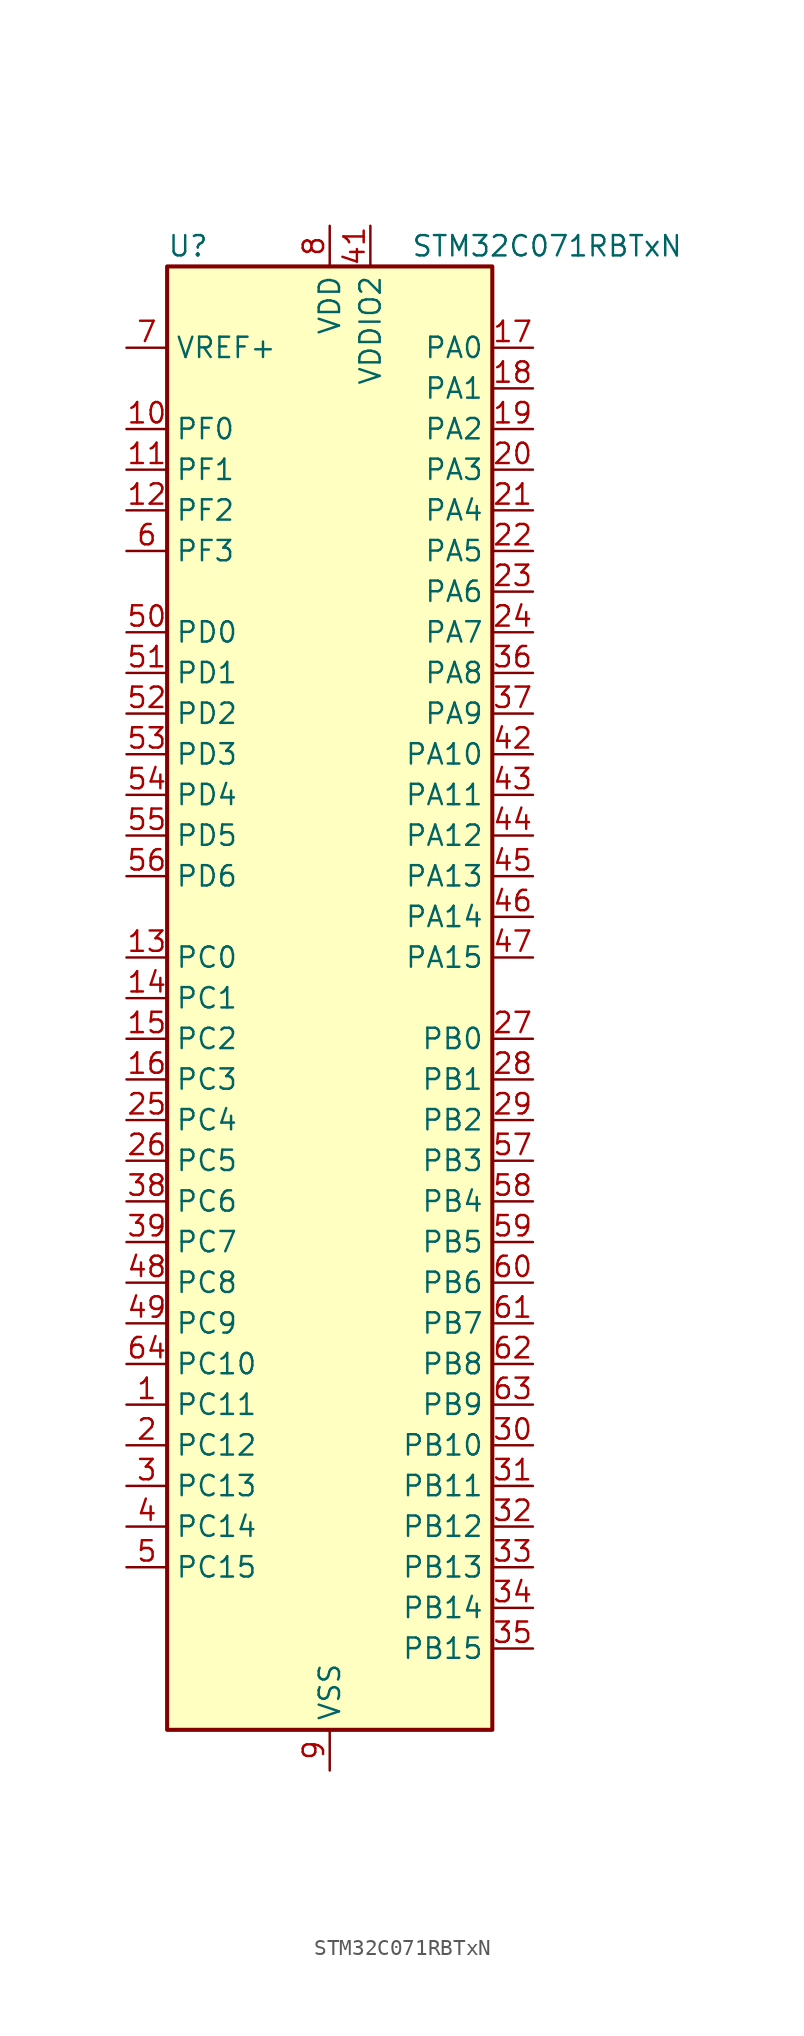
<source format=kicad_sym>
(kicad_symbol_lib
  (version 20241209)
  (generator "kicad_symbol_editor")
  (generator_version "9.0")
  (symbol "STM32C071RBTxN"
    (property "Reference" "U"
      (at -10.16 46.99 0)
      (effects (font (size 1.27 1.27)) (justify left)))
    (property "Value" "STM32C071RBTxN"
      (at 5.08 46.99 0)
      (effects (font (size 1.27 1.27)) (justify left)))
    (symbol "STM32C071RBTxN_0_1"
      (rectangle (start -10.16 -45.72) (end 10.16 45.72) (stroke (width 0.254) (type default)) (fill (type background))))
    (symbol "STM32C071RBTxN_1_1"
      (pin input line (at -12.7 40.64 0) (length 2.54) (name "VREF+" (effects (font (size 1.27 1.27)))) (number "7" (effects (font (size 1.27 1.27)))))
      (pin bidirectional line (at -12.7 35.56 0) (length 2.54) (name "PF0" (effects (font (size 1.27 1.27)))) (number "10" (effects (font (size 1.27 1.27)))) (alternate "CRS_SYNC" bidirectional line) (alternate "RCC_OSC_IN" bidirectional line) (alternate "TIM14_CH1" bidirectional line))
      (pin bidirectional line (at -12.7 33.02 0) (length 2.54) (name "PF1" (effects (font (size 1.27 1.27)))) (number "11" (effects (font (size 1.27 1.27)))) (alternate "RCC_OSC_EN" bidirectional line) (alternate "RCC_OSC_OUT" bidirectional line))
      (pin bidirectional line (at -12.7 30.48 0) (length 2.54) (name "PF2" (effects (font (size 1.27 1.27)))) (number "12" (effects (font (size 1.27 1.27)))) (alternate "RCC_MCO" bidirectional line) (alternate "TIM1_CH4" bidirectional line))
      (pin bidirectional line (at -12.7 27.94 0) (length 2.54) (name "PF3" (effects (font (size 1.27 1.27)))) (number "6" (effects (font (size 1.27 1.27)))))
      (pin bidirectional line (at -12.7 22.86 0) (length 2.54) (name "PD0" (effects (font (size 1.27 1.27)))) (number "50" (effects (font (size 1.27 1.27)))) (alternate "SPI2_NSS" bidirectional line) (alternate "TIM16_CH1" bidirectional line))
      (pin bidirectional line (at -12.7 20.32 0) (length 2.54) (name "PD1" (effects (font (size 1.27 1.27)))) (number "51" (effects (font (size 1.27 1.27)))) (alternate "SPI2_SCK" bidirectional line) (alternate "TIM17_CH1" bidirectional line))
      (pin bidirectional line (at -12.7 17.78 0) (length 2.54) (name "PD2" (effects (font (size 1.27 1.27)))) (number "52" (effects (font (size 1.27 1.27)))) (alternate "TIM1_CH1N" bidirectional line) (alternate "TIM3_ETR" bidirectional line))
      (pin bidirectional line (at -12.7 15.24 0) (length 2.54) (name "PD3" (effects (font (size 1.27 1.27)))) (number "53" (effects (font (size 1.27 1.27)))) (alternate "SPI2_MISO" bidirectional line) (alternate "TIM1_CH2N" bidirectional line) (alternate "USART2_CTS" bidirectional line) (alternate "USART2_NSS" bidirectional line))
      (pin bidirectional line (at -12.7 12.7 0) (length 2.54) (name "PD4" (effects (font (size 1.27 1.27)))) (number "54" (effects (font (size 1.27 1.27)))) (alternate "SPI2_MOSI" bidirectional line) (alternate "TIM1_CH3N" bidirectional line) (alternate "USART2_CK" bidirectional line) (alternate "USART2_DE" bidirectional line) (alternate "USART2_RTS" bidirectional line))
      (pin bidirectional line (at -12.7 10.16 0) (length 2.54) (name "PD5" (effects (font (size 1.27 1.27)))) (number "55" (effects (font (size 1.27 1.27)))) (alternate "I2S1_MCK" bidirectional line) (alternate "SPI1_MISO" bidirectional line) (alternate "TIM1_BKIN" bidirectional line) (alternate "USART2_TX" bidirectional line))
      (pin bidirectional line (at -12.7 7.62 0) (length 2.54) (name "PD6" (effects (font (size 1.27 1.27)))) (number "56" (effects (font (size 1.27 1.27)))) (alternate "I2S1_SD" bidirectional line) (alternate "SPI1_MOSI" bidirectional line) (alternate "USART2_RX" bidirectional line))
      (pin bidirectional line (at -12.7 2.54 0) (length 2.54) (name "PC0" (effects (font (size 1.27 1.27)))) (number "13" (effects (font (size 1.27 1.27)))))
      (pin bidirectional line (at -12.7 0 0) (length 2.54) (name "PC1" (effects (font (size 1.27 1.27)))) (number "14" (effects (font (size 1.27 1.27)))))
      (pin bidirectional line (at -12.7 -2.54 0) (length 2.54) (name "PC2" (effects (font (size 1.27 1.27)))) (number "15" (effects (font (size 1.27 1.27)))) (alternate "SPI2_MISO" bidirectional line))
      (pin bidirectional line (at -12.7 -5.08 0) (length 2.54) (name "PC3" (effects (font (size 1.27 1.27)))) (number "16" (effects (font (size 1.27 1.27)))) (alternate "SPI2_MOSI" bidirectional line))
      (pin bidirectional line (at -12.7 -7.62 0) (length 2.54) (name "PC4" (effects (font (size 1.27 1.27)))) (number "25" (effects (font (size 1.27 1.27)))) (alternate "ADC1_IN11" bidirectional line) (alternate "TIM2_CH1" bidirectional line) (alternate "TIM2_ETR" bidirectional line) (alternate "USART1_TX" bidirectional line))
      (pin bidirectional line (at -12.7 -10.16 0) (length 2.54) (name "PC5" (effects (font (size 1.27 1.27)))) (number "26" (effects (font (size 1.27 1.27)))) (alternate "ADC1_IN12" bidirectional line) (alternate "PWR_WKUP5" bidirectional line) (alternate "TIM2_CH2" bidirectional line) (alternate "USART1_RX" bidirectional line))
      (pin bidirectional line (at -12.7 -12.7 0) (length 2.54) (name "PC6" (effects (font (size 1.27 1.27)))) (number "38" (effects (font (size 1.27 1.27)))) (alternate "TIM2_CH3" bidirectional line) (alternate "TIM3_CH1" bidirectional line))
      (pin bidirectional line (at -12.7 -15.24 0) (length 2.54) (name "PC7" (effects (font (size 1.27 1.27)))) (number "39" (effects (font (size 1.27 1.27)))) (alternate "TIM2_CH4" bidirectional line) (alternate "TIM3_CH2" bidirectional line))
      (pin bidirectional line (at -12.7 -17.78 0) (length 2.54) (name "PC8" (effects (font (size 1.27 1.27)))) (number "48" (effects (font (size 1.27 1.27)))) (alternate "TIM1_CH1" bidirectional line) (alternate "TIM3_CH3" bidirectional line))
      (pin bidirectional line (at -12.7 -20.32 0) (length 2.54) (name "PC9" (effects (font (size 1.27 1.27)))) (number "49" (effects (font (size 1.27 1.27)))) (alternate "I2S_CKIN" bidirectional line) (alternate "TIM1_CH2" bidirectional line) (alternate "TIM3_CH4" bidirectional line) (alternate "USB_NOE" bidirectional line))
      (pin bidirectional line (at -12.7 -22.86 0) (length 2.54) (name "PC10" (effects (font (size 1.27 1.27)))) (number "64" (effects (font (size 1.27 1.27)))) (alternate "TIM1_CH3" bidirectional line))
      (pin bidirectional line (at -12.7 -25.4 0) (length 2.54) (name "PC11" (effects (font (size 1.27 1.27)))) (number "1" (effects (font (size 1.27 1.27)))) (alternate "ADC1_EXTI11" bidirectional line) (alternate "TIM1_CH4" bidirectional line))
      (pin bidirectional line (at -12.7 -27.94 0) (length 2.54) (name "PC12" (effects (font (size 1.27 1.27)))) (number "2" (effects (font (size 1.27 1.27)))) (alternate "TIM14_CH1" bidirectional line))
      (pin bidirectional line (at -12.7 -30.48 0) (length 2.54) (name "PC13" (effects (font (size 1.27 1.27)))) (number "3" (effects (font (size 1.27 1.27)))) (alternate "PWR_WKUP2" bidirectional line) (alternate "RTC_OUT1" bidirectional line) (alternate "RTC_TS" bidirectional line) (alternate "TIM1_BKIN" bidirectional line) (alternate "TIM1_ETR" bidirectional line))
      (pin bidirectional line (at -12.7 -33.02 0) (length 2.54) (name "PC14" (effects (font (size 1.27 1.27)))) (number "4" (effects (font (size 1.27 1.27)))) (alternate "I2C1_SDA" bidirectional line) (alternate "IR_OUT" bidirectional line) (alternate "RCC_OSCX_IN" bidirectional line) (alternate "SPI2_NSS" bidirectional line) (alternate "TIM17_CH1" bidirectional line) (alternate "TIM1_BKIN2" bidirectional line) (alternate "TIM1_ETR" bidirectional line) (alternate "TIM3_CH2" bidirectional line) (alternate "USART1_TX" bidirectional line) (alternate "USART2_CK" bidirectional line) (alternate "USART2_DE" bidirectional line) (alternate "USART2_RTS" bidirectional line))
      (pin bidirectional line (at -12.7 -35.56 0) (length 2.54) (name "PC15" (effects (font (size 1.27 1.27)))) (number "5" (effects (font (size 1.27 1.27)))) (alternate "RCC_OSC32_EN" bidirectional line) (alternate "RCC_OSCX_OUT" bidirectional line) (alternate "RCC_OSC_EN" bidirectional line) (alternate "TIM1_ETR" bidirectional line) (alternate "TIM3_CH3" bidirectional line))
      (pin power_in line (at 0 48.26 270) (length 2.54) (name "VDD" (effects (font (size 1.27 1.27)))) (number "8" (effects (font (size 1.27 1.27)))))
      (pin passive line (at 0 -48.26 90) (length 2.54) (hide yes) (name "VSS" (effects (font (size 1.27 1.27)))) (number "40" (effects (font (size 1.27 1.27)))))
      (pin power_in line (at 0 -48.26 90) (length 2.54) (name "VSS" (effects (font (size 1.27 1.27)))) (number "9" (effects (font (size 1.27 1.27)))))
      (pin power_in line (at 2.54 48.26 270) (length 2.54) (name "VDDIO2" (effects (font (size 1.27 1.27)))) (number "41" (effects (font (size 1.27 1.27)))))
      (pin bidirectional line (at 12.7 40.64 180) (length 2.54) (name "PA0" (effects (font (size 1.27 1.27)))) (number "17" (effects (font (size 1.27 1.27)))) (alternate "ADC1_IN0" bidirectional line) (alternate "PWR_WKUP1" bidirectional line) (alternate "SPI2_SCK" bidirectional line) (alternate "TIM16_CH1" bidirectional line) (alternate "TIM1_CH1" bidirectional line) (alternate "TIM2_CH1" bidirectional line) (alternate "TIM2_ETR" bidirectional line) (alternate "USART1_TX" bidirectional line) (alternate "USART2_CTS" bidirectional line) (alternate "USART2_NSS" bidirectional line))
      (pin bidirectional line (at 12.7 38.1 180) (length 2.54) (name "PA1" (effects (font (size 1.27 1.27)))) (number "18" (effects (font (size 1.27 1.27)))) (alternate "ADC1_IN1" bidirectional line) (alternate "I2C1_SMBA" bidirectional line) (alternate "I2S1_CK" bidirectional line) (alternate "SPI1_SCK" bidirectional line) (alternate "TIM17_CH1" bidirectional line) (alternate "TIM1_CH2" bidirectional line) (alternate "TIM2_CH2" bidirectional line) (alternate "USART1_RX" bidirectional line) (alternate "USART2_CK" bidirectional line) (alternate "USART2_DE" bidirectional line) (alternate "USART2_RTS" bidirectional line))
      (pin bidirectional line (at 12.7 35.56 180) (length 2.54) (name "PA2" (effects (font (size 1.27 1.27)))) (number "19" (effects (font (size 1.27 1.27)))) (alternate "ADC1_IN2" bidirectional line) (alternate "I2S1_SD" bidirectional line) (alternate "PWR_WKUP4" bidirectional line) (alternate "RCC_LSCO" bidirectional line) (alternate "SPI1_MOSI" bidirectional line) (alternate "TIM16_CH1N" bidirectional line) (alternate "TIM1_CH3" bidirectional line) (alternate "TIM2_CH3" bidirectional line) (alternate "TIM3_ETR" bidirectional line) (alternate "USART2_TX" bidirectional line))
      (pin bidirectional line (at 12.7 33.02 180) (length 2.54) (name "PA3" (effects (font (size 1.27 1.27)))) (number "20" (effects (font (size 1.27 1.27)))) (alternate "ADC1_IN3" bidirectional line) (alternate "SPI2_MISO" bidirectional line) (alternate "TIM1_CH1N" bidirectional line) (alternate "TIM1_CH4" bidirectional line) (alternate "TIM2_CH4" bidirectional line) (alternate "USART2_RX" bidirectional line))
      (pin bidirectional line (at 12.7 30.48 180) (length 2.54) (name "PA4" (effects (font (size 1.27 1.27)))) (number "21" (effects (font (size 1.27 1.27)))) (alternate "ADC1_IN4" bidirectional line) (alternate "I2S1_WS" bidirectional line) (alternate "RTC_OUT2" bidirectional line) (alternate "SPI1_NSS" bidirectional line) (alternate "SPI2_MOSI" bidirectional line) (alternate "TIM14_CH1" bidirectional line) (alternate "TIM17_CH1N" bidirectional line) (alternate "TIM1_CH2N" bidirectional line) (alternate "USART2_TX" bidirectional line) (alternate "USB_NOE" bidirectional line))
      (pin bidirectional line (at 12.7 27.94 180) (length 2.54) (name "PA5" (effects (font (size 1.27 1.27)))) (number "22" (effects (font (size 1.27 1.27)))) (alternate "ADC1_IN5" bidirectional line) (alternate "I2S1_CK" bidirectional line) (alternate "SPI1_SCK" bidirectional line) (alternate "TIM1_CH1" bidirectional line) (alternate "TIM1_CH3N" bidirectional line) (alternate "TIM2_CH1" bidirectional line) (alternate "TIM2_ETR" bidirectional line) (alternate "USART2_RX" bidirectional line))
      (pin bidirectional line (at 12.7 25.4 180) (length 2.54) (name "PA6" (effects (font (size 1.27 1.27)))) (number "23" (effects (font (size 1.27 1.27)))) (alternate "ADC1_IN6" bidirectional line) (alternate "I2C2_SDA" bidirectional line) (alternate "I2S1_MCK" bidirectional line) (alternate "SPI1_MISO" bidirectional line) (alternate "TIM16_CH1" bidirectional line) (alternate "TIM1_BKIN" bidirectional line) (alternate "TIM3_CH1" bidirectional line))
      (pin bidirectional line (at 12.7 22.86 180) (length 2.54) (name "PA7" (effects (font (size 1.27 1.27)))) (number "24" (effects (font (size 1.27 1.27)))) (alternate "ADC1_IN7" bidirectional line) (alternate "I2C2_SCL" bidirectional line) (alternate "I2S1_SD" bidirectional line) (alternate "SPI1_MOSI" bidirectional line) (alternate "TIM14_CH1" bidirectional line) (alternate "TIM17_CH1" bidirectional line) (alternate "TIM1_CH1N" bidirectional line) (alternate "TIM3_CH2" bidirectional line))
      (pin bidirectional line (at 12.7 20.32 180) (length 2.54) (name "PA8" (effects (font (size 1.27 1.27)))) (number "36" (effects (font (size 1.27 1.27)))) (alternate "ADC1_IN8" bidirectional line) (alternate "CRS_SYNC" bidirectional line) (alternate "I2S1_WS" bidirectional line) (alternate "RCC_MCO" bidirectional line) (alternate "RCC_MCO2" bidirectional line) (alternate "SPI1_NSS" bidirectional line) (alternate "SPI2_MISO" bidirectional line) (alternate "SPI2_NSS" bidirectional line) (alternate "TIM14_CH1" bidirectional line) (alternate "TIM1_CH1" bidirectional line) (alternate "TIM1_CH2N" bidirectional line) (alternate "TIM1_CH3N" bidirectional line) (alternate "TIM3_CH3" bidirectional line) (alternate "TIM3_CH4" bidirectional line) (alternate "USART1_RX" bidirectional line) (alternate "USART2_TX" bidirectional line))
      (pin bidirectional line (at 12.7 17.78 180) (length 2.54) (name "PA9" (effects (font (size 1.27 1.27)))) (number "37" (effects (font (size 1.27 1.27)))) (alternate "I2C1_SCL" bidirectional line) (alternate "I2C2_SCL" bidirectional line) (alternate "RCC_MCO" bidirectional line) (alternate "SPI2_MISO" bidirectional line) (alternate "TIM1_CH2" bidirectional line) (alternate "TIM3_ETR" bidirectional line) (alternate "USART1_TX" bidirectional line))
      (pin bidirectional line (at 12.7 15.24 180) (length 2.54) (name "PA10" (effects (font (size 1.27 1.27)))) (number "42" (effects (font (size 1.27 1.27)))) (alternate "I2C1_SDA" bidirectional line) (alternate "I2C2_SDA" bidirectional line) (alternate "RCC_MCO2" bidirectional line) (alternate "SPI2_MOSI" bidirectional line) (alternate "TIM17_BKIN" bidirectional line) (alternate "TIM1_CH3" bidirectional line) (alternate "USART1_RX" bidirectional line))
      (pin bidirectional line (at 12.7 12.7 180) (length 2.54) (name "PA11" (effects (font (size 1.27 1.27)))) (number "43" (effects (font (size 1.27 1.27)))) (alternate "ADC1_EXTI11" bidirectional line) (alternate "I2C2_SCL" bidirectional line) (alternate "I2S1_MCK" bidirectional line) (alternate "SPI1_MISO" bidirectional line) (alternate "TIM1_BKIN2" bidirectional line) (alternate "TIM1_CH4" bidirectional line) (alternate "USART1_CTS" bidirectional line) (alternate "USART1_NSS" bidirectional line) (alternate "USB_DM" bidirectional line))
      (pin bidirectional line (at 12.7 10.16 180) (length 2.54) (name "PA12" (effects (font (size 1.27 1.27)))) (number "44" (effects (font (size 1.27 1.27)))) (alternate "I2C2_SDA" bidirectional line) (alternate "I2S1_SD" bidirectional line) (alternate "I2S_CKIN" bidirectional line) (alternate "SPI1_MOSI" bidirectional line) (alternate "TIM1_ETR" bidirectional line) (alternate "USART1_CK" bidirectional line) (alternate "USART1_DE" bidirectional line) (alternate "USART1_RTS" bidirectional line) (alternate "USB_DP" bidirectional line))
      (pin bidirectional line (at 12.7 7.62 180) (length 2.54) (name "PA13" (effects (font (size 1.27 1.27)))) (number "45" (effects (font (size 1.27 1.27)))) (alternate "ADC1_IN13" bidirectional line) (alternate "DEBUG_SWDIO" bidirectional line) (alternate "IR_OUT" bidirectional line) (alternate "TIM3_ETR" bidirectional line) (alternate "USART2_RX" bidirectional line) (alternate "USB_NOE" bidirectional line))
      (pin bidirectional line (at 12.7 5.08 180) (length 2.54) (name "PA14" (effects (font (size 1.27 1.27)))) (number "46" (effects (font (size 1.27 1.27)))) (alternate "ADC1_IN14" bidirectional line) (alternate "DEBUG_SWCLK" bidirectional line) (alternate "I2S1_WS" bidirectional line) (alternate "RCC_MCO2" bidirectional line) (alternate "SPI1_NSS" bidirectional line) (alternate "TIM1_CH1" bidirectional line) (alternate "USART1_CK" bidirectional line) (alternate "USART1_DE" bidirectional line) (alternate "USART1_RTS" bidirectional line) (alternate "USART2_RX" bidirectional line) (alternate "USART2_TX" bidirectional line))
      (pin bidirectional line (at 12.7 2.54 180) (length 2.54) (name "PA15" (effects (font (size 1.27 1.27)))) (number "47" (effects (font (size 1.27 1.27)))) (alternate "I2S1_WS" bidirectional line) (alternate "RCC_MCO2" bidirectional line) (alternate "SPI1_NSS" bidirectional line) (alternate "TIM1_CH1" bidirectional line) (alternate "TIM2_CH1" bidirectional line) (alternate "TIM2_ETR" bidirectional line) (alternate "USART1_CK" bidirectional line) (alternate "USART1_DE" bidirectional line) (alternate "USART1_RTS" bidirectional line) (alternate "USART2_RX" bidirectional line) (alternate "USB_NOE" bidirectional line))
      (pin bidirectional line (at 12.7 -2.54 180) (length 2.54) (name "PB0" (effects (font (size 1.27 1.27)))) (number "27" (effects (font (size 1.27 1.27)))) (alternate "ADC1_IN17" bidirectional line) (alternate "I2S1_WS" bidirectional line) (alternate "SPI1_NSS" bidirectional line) (alternate "TIM1_CH2N" bidirectional line) (alternate "TIM3_CH3" bidirectional line))
      (pin bidirectional line (at 12.7 -5.08 180) (length 2.54) (name "PB1" (effects (font (size 1.27 1.27)))) (number "28" (effects (font (size 1.27 1.27)))) (alternate "ADC1_IN18" bidirectional line) (alternate "TIM14_CH1" bidirectional line) (alternate "TIM1_CH2N" bidirectional line) (alternate "TIM1_CH3N" bidirectional line) (alternate "TIM3_CH4" bidirectional line))
      (pin bidirectional line (at 12.7 -7.62 180) (length 2.54) (name "PB2" (effects (font (size 1.27 1.27)))) (number "29" (effects (font (size 1.27 1.27)))) (alternate "ADC1_IN19" bidirectional line) (alternate "RCC_MCO2" bidirectional line) (alternate "SPI2_MISO" bidirectional line) (alternate "USART1_RX" bidirectional line))
      (pin bidirectional line (at 12.7 -10.16 180) (length 2.54) (name "PB3" (effects (font (size 1.27 1.27)))) (number "57" (effects (font (size 1.27 1.27)))) (alternate "I2C2_SCL" bidirectional line) (alternate "I2S1_CK" bidirectional line) (alternate "SPI1_SCK" bidirectional line) (alternate "TIM1_CH2" bidirectional line) (alternate "TIM2_CH2" bidirectional line) (alternate "TIM3_CH2" bidirectional line) (alternate "USART1_CK" bidirectional line) (alternate "USART1_DE" bidirectional line) (alternate "USART1_RTS" bidirectional line))
      (pin bidirectional line (at 12.7 -12.7 180) (length 2.54) (name "PB4" (effects (font (size 1.27 1.27)))) (number "58" (effects (font (size 1.27 1.27)))) (alternate "I2C2_SDA" bidirectional line) (alternate "I2S1_MCK" bidirectional line) (alternate "SPI1_MISO" bidirectional line) (alternate "TIM17_BKIN" bidirectional line) (alternate "TIM3_CH1" bidirectional line) (alternate "USART1_CTS" bidirectional line) (alternate "USART1_NSS" bidirectional line))
      (pin bidirectional line (at 12.7 -15.24 180) (length 2.54) (name "PB5" (effects (font (size 1.27 1.27)))) (number "59" (effects (font (size 1.27 1.27)))) (alternate "I2C1_SMBA" bidirectional line) (alternate "I2S1_SD" bidirectional line) (alternate "PWR_WKUP6" bidirectional line) (alternate "SPI1_MOSI" bidirectional line) (alternate "TIM16_BKIN" bidirectional line) (alternate "TIM3_CH2" bidirectional line) (alternate "TIM3_CH3" bidirectional line))
      (pin bidirectional line (at 12.7 -17.78 180) (length 2.54) (name "PB6" (effects (font (size 1.27 1.27)))) (number "60" (effects (font (size 1.27 1.27)))) (alternate "I2C1_SCL" bidirectional line) (alternate "I2C1_SMBA" bidirectional line) (alternate "I2S1_CK" bidirectional line) (alternate "I2S1_MCK" bidirectional line) (alternate "I2S1_SD" bidirectional line) (alternate "PWR_WKUP3" bidirectional line) (alternate "SPI1_MISO" bidirectional line) (alternate "SPI1_MOSI" bidirectional line) (alternate "SPI1_SCK" bidirectional line) (alternate "SPI2_MISO" bidirectional line) (alternate "TIM16_BKIN" bidirectional line) (alternate "TIM16_CH1N" bidirectional line) (alternate "TIM17_BKIN" bidirectional line) (alternate "TIM1_CH2" bidirectional line) (alternate "TIM1_CH3" bidirectional line) (alternate "TIM3_CH1" bidirectional line) (alternate "TIM3_CH2" bidirectional line) (alternate "TIM3_CH3" bidirectional line) (alternate "USART1_CTS" bidirectional line) (alternate "USART1_NSS" bidirectional line) (alternate "USART1_TX" bidirectional line))
      (pin bidirectional line (at 12.7 -20.32 180) (length 2.54) (name "PB7" (effects (font (size 1.27 1.27)))) (number "61" (effects (font (size 1.27 1.27)))) (alternate "I2C1_SCL" bidirectional line) (alternate "I2C1_SDA" bidirectional line) (alternate "SPI2_MOSI" bidirectional line) (alternate "TIM16_CH1" bidirectional line) (alternate "TIM17_CH1N" bidirectional line) (alternate "TIM1_CH4" bidirectional line) (alternate "TIM3_CH1" bidirectional line) (alternate "TIM3_CH4" bidirectional line) (alternate "USART1_RX" bidirectional line) (alternate "USART2_CTS" bidirectional line) (alternate "USART2_NSS" bidirectional line))
      (pin bidirectional line (at 12.7 -22.86 180) (length 2.54) (name "PB8" (effects (font (size 1.27 1.27)))) (number "62" (effects (font (size 1.27 1.27)))) (alternate "I2C1_SCL" bidirectional line) (alternate "SPI2_SCK" bidirectional line) (alternate "TIM16_CH1" bidirectional line) (alternate "TIM3_CH1" bidirectional line) (alternate "USART2_CTS" bidirectional line) (alternate "USART2_NSS" bidirectional line))
      (pin bidirectional line (at 12.7 -25.4 180) (length 2.54) (name "PB9" (effects (font (size 1.27 1.27)))) (number "63" (effects (font (size 1.27 1.27)))) (alternate "I2C1_SDA" bidirectional line) (alternate "IR_OUT" bidirectional line) (alternate "SPI2_NSS" bidirectional line) (alternate "TIM17_CH1" bidirectional line) (alternate "TIM3_CH2" bidirectional line) (alternate "USART2_CK" bidirectional line) (alternate "USART2_DE" bidirectional line) (alternate "USART2_RTS" bidirectional line))
      (pin bidirectional line (at 12.7 -27.94 180) (length 2.54) (name "PB10" (effects (font (size 1.27 1.27)))) (number "30" (effects (font (size 1.27 1.27)))) (alternate "ADC1_IN20" bidirectional line) (alternate "I2C2_SCL" bidirectional line) (alternate "SPI2_SCK" bidirectional line) (alternate "TIM2_CH3" bidirectional line))
      (pin bidirectional line (at 12.7 -30.48 180) (length 2.54) (name "PB11" (effects (font (size 1.27 1.27)))) (number "31" (effects (font (size 1.27 1.27)))) (alternate "ADC1_EXTI11" bidirectional line) (alternate "ADC1_IN21" bidirectional line) (alternate "I2C2_SDA" bidirectional line) (alternate "SPI2_MOSI" bidirectional line) (alternate "TIM2_CH4" bidirectional line))
      (pin bidirectional line (at 12.7 -33.02 180) (length 2.54) (name "PB12" (effects (font (size 1.27 1.27)))) (number "32" (effects (font (size 1.27 1.27)))) (alternate "ADC1_IN22" bidirectional line) (alternate "SPI2_NSS" bidirectional line) (alternate "TIM1_BKIN" bidirectional line) (alternate "TIM1_BKIN2" bidirectional line))
      (pin bidirectional line (at 12.7 -35.56 180) (length 2.54) (name "PB13" (effects (font (size 1.27 1.27)))) (number "33" (effects (font (size 1.27 1.27)))) (alternate "I2C2_SCL" bidirectional line) (alternate "SPI2_SCK" bidirectional line) (alternate "TIM1_CH1N" bidirectional line))
      (pin bidirectional line (at 12.7 -38.1 180) (length 2.54) (name "PB14" (effects (font (size 1.27 1.27)))) (number "34" (effects (font (size 1.27 1.27)))) (alternate "I2C2_SDA" bidirectional line) (alternate "SPI2_MISO" bidirectional line) (alternate "TIM1_CH2N" bidirectional line))
      (pin bidirectional line (at 12.7 -40.64 180) (length 2.54) (name "PB15" (effects (font (size 1.27 1.27)))) (number "35" (effects (font (size 1.27 1.27)))) (alternate "RTC_REFIN" bidirectional line) (alternate "SPI2_MOSI" bidirectional line) (alternate "TIM1_CH3N" bidirectional line)))))
</source>
